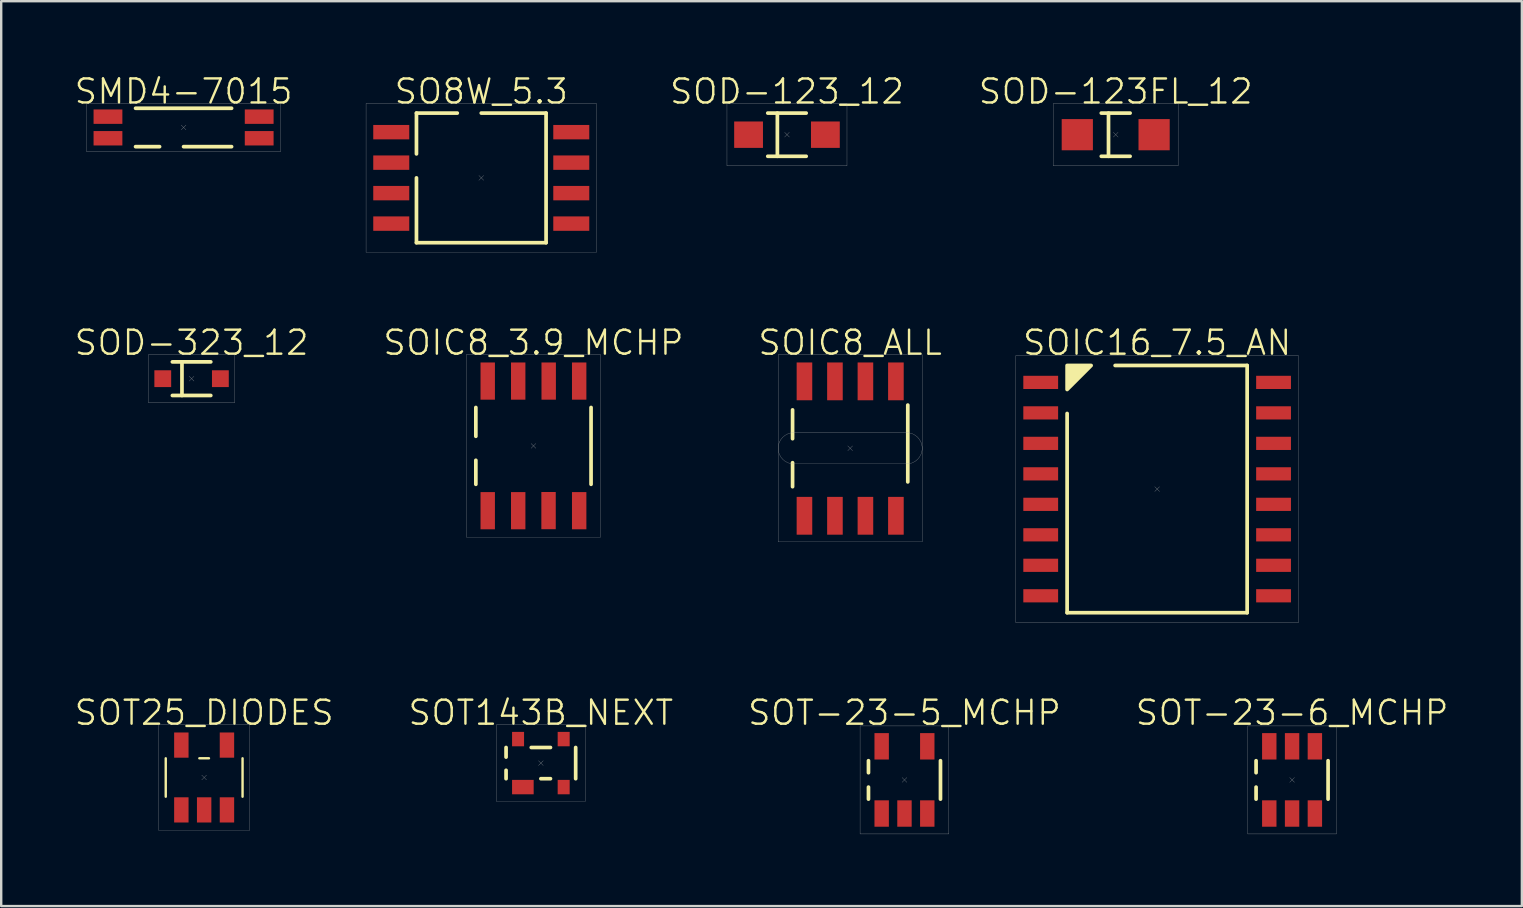
<source format=kicad_pcb>
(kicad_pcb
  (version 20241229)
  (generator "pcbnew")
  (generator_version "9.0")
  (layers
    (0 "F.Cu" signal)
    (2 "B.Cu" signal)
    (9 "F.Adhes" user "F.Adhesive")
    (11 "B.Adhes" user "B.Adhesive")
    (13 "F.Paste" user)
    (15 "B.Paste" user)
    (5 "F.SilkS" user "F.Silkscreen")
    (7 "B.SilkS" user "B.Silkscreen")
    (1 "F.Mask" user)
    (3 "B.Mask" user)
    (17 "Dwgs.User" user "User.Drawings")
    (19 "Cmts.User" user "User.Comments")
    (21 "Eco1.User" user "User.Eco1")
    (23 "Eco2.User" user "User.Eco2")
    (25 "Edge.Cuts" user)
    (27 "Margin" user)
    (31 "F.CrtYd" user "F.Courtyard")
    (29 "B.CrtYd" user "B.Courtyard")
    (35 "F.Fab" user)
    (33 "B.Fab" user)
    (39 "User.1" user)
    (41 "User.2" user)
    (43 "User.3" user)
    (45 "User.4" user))
  (footprint "SOD-123FL_12"
    (layer "F.Cu")
    (at 43.431 2.561)
    (property "Reference" "SOD-123FL_12" (at 0 -1.8 0) (unlocked yes) (layer "F.SilkS") (effects (font (size 1 1) (thickness 0.1))))
    (attr smd)
    (fp_line (start -0.6 -0.9) (end 0.6 -0.9) (stroke (width 0.154) (type default)) (layer "F.SilkS"))
    (fp_line (start -0.6 0.9) (end 0.6 0.9) (stroke (width 0.154) (type default)) (layer "F.SilkS"))
    (fp_line (start -0.3 -0.9) (end -0.3 0.9) (stroke (width 0.154) (type default)) (layer "F.SilkS"))
    (fp_line (start -0.1 -0.1) (end 0.1 0.1) (stroke (width 0.01) (type default)) (layer "F.Fab"))
    (fp_line (start 0.1 -0.1) (end -0.1 0.1) (stroke (width 0.01) (type default)) (layer "F.Fab"))
    (fp_rect (start -2.6 -1.3) (end 2.6 1.3) (stroke (width 0.01) (type default)) (fill no) (layer "F.Fab"))
    (pad "1" smd rect (at 1.6 0) (size 1.3 1.3) (layers "F.Cu" "F.Mask" "F.Paste"))
    (pad "2" smd rect (at -1.6 0) (size 1.3 1.3) (layers "F.Cu" "F.Mask" "F.Paste")))
  (footprint "SOIC8_ALL"
    (layer "F.Cu")
    (at 32.369 15.626)
    (property "Reference" "SOIC8_ALL" (at 0 -4.4 0) (unlocked yes) (layer "F.SilkS") (effects (font (size 1 1) (thickness 0.1))))
    (attr smd)
    (fp_line (start -2.4 -0.4) (end -2.4 -1.6) (stroke (width 0.154) (type default)) (layer "F.SilkS"))
    (fp_line (start -2.4 1.6) (end -2.4 0.6) (stroke (width 0.154) (type default)) (layer "F.SilkS"))
    (fp_line (start 2.4 1.4) (end 2.4 -1.8) (stroke (width 0.154) (type default)) (layer "F.SilkS"))
    (fp_line (start -0.1 -0.1) (end 0.1 0.1) (stroke (width 0.01) (type default)) (layer "F.Fab"))
    (fp_line (start 0.1 -0.1) (end -0.1 0.1) (stroke (width 0.01) (type default)) (layer "F.Fab"))
    (fp_line (start 2.35 -0.65) (end -2.35 -0.65) (stroke (width 0.01) (type default)) (layer "F.Fab"))
    (fp_line (start 2.35 0.65) (end -2.35 0.65) (stroke (width 0.01) (type default)) (layer "F.Fab"))
    (fp_rect (start -3 -3.9) (end 3 3.9) (stroke (width 0.01) (type default)) (fill no) (layer "F.Fab"))
    (fp_arc (start -2.35 0.65) (mid -3 0) (end -2.35 -0.65) (stroke (width 0.01) (type default)) (layer "F.Fab"))
    (fp_arc (start 2.35 -0.65) (mid 3 0) (end 2.35 0.65) (stroke (width 0.01) (type default)) (layer "F.Fab"))
    (pad "1" smd rect (at -1.905 2.812) (size 0.65 1.575) (layers "F.Cu" "F.Mask" "F.Paste"))
    (pad "2" smd rect (at -0.635 2.812) (size 0.65 1.575) (layers "F.Cu" "F.Mask" "F.Paste"))
    (pad "3" smd rect (at 0.635 2.812) (size 0.65 1.575) (layers "F.Cu" "F.Mask" "F.Paste"))
    (pad "4" smd rect (at 1.905 2.812) (size 0.65 1.575) (layers "F.Cu" "F.Mask" "F.Paste"))
    (pad "5" smd rect (at 1.905 -2.788) (size 0.65 1.575) (layers "F.Cu" "F.Mask" "F.Paste"))
    (pad "6" smd rect (at 0.635 -2.788) (size 0.65 1.575) (layers "F.Cu" "F.Mask" "F.Paste"))
    (pad "7" smd rect (at -0.635 -2.788) (size 0.65 1.575) (layers "F.Cu" "F.Mask" "F.Paste"))
    (pad "8" smd rect (at -1.905 -2.788) (size 0.65 1.575) (layers "F.Cu" "F.Mask" "F.Paste")))
  (footprint "SOIC8_3.9_MCHP"
    (layer "F.Cu")
    (at 19.174 15.526)
    (property "Reference" "SOIC8_3.9_MCHP" (at 0 -4.3 0) (unlocked yes) (layer "F.SilkS") (effects (font (size 1 1) (thickness 0.1))))
    (attr smd)
    (fp_line (start -2.4 -0.4) (end -2.4 -1.6) (stroke (width 0.154) (type default)) (layer "F.SilkS"))
    (fp_line (start -2.4 1.6) (end -2.4 0.6) (stroke (width 0.154) (type default)) (layer "F.SilkS"))
    (fp_line (start 2.4 1.6) (end 2.4 -1.6) (stroke (width 0.154) (type default)) (layer "F.SilkS"))
    (fp_line (start -0.1 -0.1) (end 0.1 0.1) (stroke (width 0.01) (type default)) (layer "F.Fab"))
    (fp_line (start 0.1 -0.1) (end -0.1 0.1) (stroke (width 0.01) (type default)) (layer "F.Fab"))
    (fp_rect (start -2.8 -3.8) (end 2.8 3.8) (stroke (width 0.01) (type default)) (fill no) (layer "F.Fab"))
    (pad "1" smd rect (at -1.905 2.7) (size 0.6 1.55) (layers "F.Cu" "F.Mask" "F.Paste"))
    (pad "2" smd rect (at -0.635 2.7) (size 0.6 1.55) (layers "F.Cu" "F.Mask" "F.Paste"))
    (pad "3" smd rect (at 0.629 2.696) (size 0.6 1.55) (layers "F.Cu" "F.Mask" "F.Paste"))
    (pad "4" smd rect (at 1.905 2.7) (size 0.6 1.55) (layers "F.Cu" "F.Mask" "F.Paste"))
    (pad "5" smd rect (at 1.905 -2.7) (size 0.6 1.55) (layers "F.Cu" "F.Mask" "F.Paste"))
    (pad "6" smd rect (at 0.635 -2.7) (size 0.6 1.55) (layers "F.Cu" "F.Mask" "F.Paste"))
    (pad "7" smd rect (at -0.635 -2.7) (size 0.6 1.55) (layers "F.Cu" "F.Mask" "F.Paste"))
    (pad "8" smd rect (at -1.905 -2.7) (size 0.6 1.55) (layers "F.Cu" "F.Mask" "F.Paste")))
  (footprint "SOD-123_12"
    (layer "F.Cu")
    (at 29.736 2.561)
    (property "Reference" "SOD-123_12" (at 0 -1.8 0) (unlocked yes) (layer "F.SilkS") (effects (font (size 1 1) (thickness 0.1))))
    (attr smd)
    (fp_line (start -0.8 -0.9) (end 0.8 -0.9) (stroke (width 0.154) (type default)) (layer "F.SilkS"))
    (fp_line (start -0.8 0.9) (end 0.8 0.9) (stroke (width 0.154) (type default)) (layer "F.SilkS"))
    (fp_line (start -0.4 -0.9) (end -0.4 0.9) (stroke (width 0.154) (type default)) (layer "F.SilkS"))
    (fp_line (start -0.1 -0.1) (end 0.1 0.1) (stroke (width 0.01) (type default)) (layer "F.Fab"))
    (fp_line (start 0.1 -0.1) (end -0.1 0.1) (stroke (width 0.01) (type default)) (layer "F.Fab"))
    (fp_rect (start -2.5 -1.3) (end 2.5 1.3) (stroke (width 0.01) (type default)) (fill no) (layer "F.Fab"))
    (pad "1" smd rect (at 1.6 0) (size 1.2 1.1) (layers "F.Cu" "F.Mask" "F.Paste"))
    (pad "2" smd rect (at -1.6 0) (size 1.2 1.1) (layers "F.Cu" "F.Mask" "F.Paste")))
  (footprint "SMD4-7015"
    (layer "F.Cu")
    (at 4.598 2.26)
    (property "Reference" "SMD4-7015" (at 0 -1.5 0) (unlocked yes) (layer "F.SilkS") (effects (font (size 1 1) (thickness 0.1))))
    (attr smd)
    (fp_line (start -2 0.8) (end -1 0.8) (stroke (width 0.154) (type default)) (layer "F.SilkS"))
    (fp_line (start 0 0.8) (end 2 0.8) (stroke (width 0.154) (type default)) (layer "F.SilkS"))
    (fp_line (start 2 -0.8) (end -2 -0.8) (stroke (width 0.154) (type default)) (layer "F.SilkS"))
    (fp_line (start -0.1 -0.1) (end 0.1 0.1) (stroke (width 0.01) (type default)) (layer "F.Fab"))
    (fp_line (start 0.1 -0.1) (end -0.1 0.1) (stroke (width 0.01) (type default)) (layer "F.Fab"))
    (fp_rect (start -4.05 -1) (end 4.05 1) (stroke (width 0.01) (type default)) (fill no) (layer "F.Fab"))
    (pad "1" smd rect (at -3.15 0.45) (size 1.2 0.6) (layers "F.Cu" "F.Mask" "F.Paste"))
    (pad "2" smd rect (at 3.15 0.45) (size 1.2 0.6) (layers "F.Cu" "F.Mask" "F.Paste"))
    (pad "3" smd rect (at 3.15 -0.45) (size 1.2 0.6) (layers "F.Cu" "F.Mask" "F.Paste"))
    (pad "4" smd rect (at -3.15 -0.45) (size 1.2 0.6) (layers "F.Cu" "F.Mask" "F.Paste")))
  (footprint "SOD-323_12"
    (layer "F.Cu")
    (at 4.931 12.726)
    (property "Reference" "SOD-323_12" (at 0 -1.5 0) (unlocked yes) (layer "F.SilkS") (effects (font (size 1 1) (thickness 0.1))))
    (attr smd)
    (fp_line (start -0.8 -0.7) (end 0.8 -0.7) (stroke (width 0.154) (type default)) (layer "F.SilkS"))
    (fp_line (start -0.8 0.7) (end 0.8 0.7) (stroke (width 0.154) (type default)) (layer "F.SilkS"))
    (fp_line (start -0.4 -0.7) (end -0.4 0.7) (stroke (width 0.154) (type default)) (layer "F.SilkS"))
    (fp_line (start -0.1 -0.1) (end 0.1 0.1) (stroke (width 0.01) (type default)) (layer "F.Fab"))
    (fp_line (start 0.1 -0.1) (end -0.1 0.1) (stroke (width 0.01) (type default)) (layer "F.Fab"))
    (fp_rect (start -1.8 -1) (end 1.8 1) (stroke (width 0.01) (type default)) (fill no) (layer "F.Fab"))
    (pad "1" smd rect (at 1.2 0) (size 0.7 0.7) (layers "F.Cu" "F.Mask" "F.Paste"))
    (pad "2" smd rect (at -1.2 0) (size 0.7 0.7) (layers "F.Cu" "F.Mask" "F.Paste")))
  (footprint "SOIC16_7.5_AN"
    (layer "F.Cu")
    (at 45.157 17.326)
    (property "Reference" "SOIC16_7.5_AN" (at 0 -6.1 0) (unlocked yes) (layer "F.SilkS") (effects (font (size 1 1) (thickness 0.1))))
    (attr smd)
    (fp_line (start -3.75 5.15) (end -3.75 -3.15) (stroke (width 0.154) (type default)) (layer "F.SilkS"))
    (fp_line (start -3.75 5.15) (end 3.75 5.15) (stroke (width 0.154) (type default)) (layer "F.SilkS"))
    (fp_line (start 3.75 -5.15) (end -1.75 -5.15) (stroke (width 0.154) (type default)) (layer "F.SilkS"))
    (fp_line (start 3.75 5.15) (end 3.75 -5.15) (stroke (width 0.154) (type default)) (layer "F.SilkS"))
    (fp_poly (pts (xy -3.75 -5.15) (xy -3.75 -4.15) (xy -2.75 -5.15)) (stroke (width 0.154) (type solid)) (fill yes) (layer "F.SilkS"))
    (fp_line (start -0.1 -0.1) (end 0.1 0.1) (stroke (width 0.01) (type default)) (layer "F.Fab"))
    (fp_line (start 0.1 -0.1) (end -0.1 0.1) (stroke (width 0.01) (type default)) (layer "F.Fab"))
    (fp_rect (start -5.9 -5.55) (end 5.9 5.55) (stroke (width 0.01) (type default)) (fill no) (layer "F.Fab"))
    (pad "1" smd rect (at -4.85 -4.445 90) (size 0.55 1.45) (layers "F.Cu" "F.Mask" "F.Paste"))
    (pad "2" smd rect (at -4.85 -3.175 90) (size 0.55 1.45) (layers "F.Cu" "F.Mask" "F.Paste"))
    (pad "3" smd rect (at -4.85 -1.905 90) (size 0.55 1.45) (layers "F.Cu" "F.Mask" "F.Paste"))
    (pad "4" smd rect (at -4.85 -0.635 90) (size 0.55 1.45) (layers "F.Cu" "F.Mask" "F.Paste"))
    (pad "5" smd rect (at -4.85 0.635 90) (size 0.55 1.45) (layers "F.Cu" "F.Mask" "F.Paste"))
    (pad "6" smd rect (at -4.85 1.905 90) (size 0.55 1.45) (layers "F.Cu" "F.Mask" "F.Paste"))
    (pad "7" smd rect (at -4.85 3.175 90) (size 0.55 1.45) (layers "F.Cu" "F.Mask" "F.Paste"))
    (pad "8" smd rect (at -4.85 4.445 90) (size 0.55 1.45) (layers "F.Cu" "F.Mask" "F.Paste"))
    (pad "9" smd rect (at 4.85 4.445 90) (size 0.55 1.45) (layers "F.Cu" "F.Mask" "F.Paste"))
    (pad "10" smd rect (at 4.85 3.175 90) (size 0.55 1.45) (layers "F.Cu" "F.Mask" "F.Paste"))
    (pad "11" smd rect (at 4.85 1.905 90) (size 0.55 1.45) (layers "F.Cu" "F.Mask" "F.Paste"))
    (pad "12" smd rect (at 4.85 0.635 90) (size 0.55 1.45) (layers "F.Cu" "F.Mask" "F.Paste"))
    (pad "13" smd rect (at 4.85 -0.635 90) (size 0.55 1.45) (layers "F.Cu" "F.Mask" "F.Paste"))
    (pad "14" smd rect (at 4.85 -1.905 90) (size 0.55 1.45) (layers "F.Cu" "F.Mask" "F.Paste"))
    (pad "15" smd rect (at 4.85 -3.175 90) (size 0.55 1.45) (layers "F.Cu" "F.Mask" "F.Paste"))
    (pad "16" smd rect (at 4.85 -4.445 90) (size 0.55 1.45) (layers "F.Cu" "F.Mask" "F.Paste")))
  (footprint "SOT143B_NEXT"
    (layer "F.Cu")
    (at 19.483 28.741)
    (property "Reference" "SOT143B_NEXT" (at 0 -2.1 0) (unlocked yes) (layer "F.SilkS") (effects (font (size 1 1) (thickness 0.1))))
    (attr smd)
    (fp_line (start -1.45 -0.25) (end -1.45 -0.65) (stroke (width 0.154) (type default)) (layer "F.SilkS"))
    (fp_line (start -1.45 0.65) (end -1.45 0.3) (stroke (width 0.154) (type default)) (layer "F.SilkS"))
    (fp_line (start -0.4 -0.65) (end 0.4 -0.65) (stroke (width 0.154) (type default)) (layer "F.SilkS"))
    (fp_line (start 0 0.65) (end 0.4 0.65) (stroke (width 0.154) (type default)) (layer "F.SilkS"))
    (fp_line (start 1.45 -0.65) (end 1.45 0.65) (stroke (width 0.154) (type default)) (layer "F.SilkS"))
    (fp_line (start -0.1 -0.1) (end 0.1 0.1) (stroke (width 0.01) (type default)) (layer "F.Fab"))
    (fp_line (start 0.1 -0.1) (end -0.1 0.1) (stroke (width 0.01) (type default)) (layer "F.Fab"))
    (fp_rect (start -1.85 -1.6) (end 1.85 1.6) (stroke (width 0.01) (type default)) (fill no) (layer "F.Fab"))
    (pad "1" smd rect (at -0.75 1) (size 0.9 0.6) (layers "F.Cu" "F.Mask" "F.Paste"))
    (pad "2" smd rect (at 0.95 1) (size 0.5 0.6) (layers "F.Cu" "F.Mask" "F.Paste"))
    (pad "3" smd rect (at 0.95 -1) (size 0.5 0.6) (layers "F.Cu" "F.Mask" "F.Paste"))
    (pad "4" smd rect (at -0.95 -1) (size 0.5 0.6) (layers "F.Cu" "F.Mask" "F.Paste")))
  (footprint "SOT-23-5_MCHP"
    (layer "F.Cu")
    (at 34.631 29.442)
    (property "Reference" "SOT-23-5_MCHP" (at 0 -2.8 0) (unlocked yes) (layer "F.SilkS") (effects (font (size 1 1) (thickness 0.1))))
    (attr smd)
    (fp_line (start -1.5 -0.8) (end -1.5 -0.3) (stroke (width 0.154) (type default)) (layer "F.SilkS"))
    (fp_line (start -1.5 0.8) (end -1.5 0.3) (stroke (width 0.154) (type default)) (layer "F.SilkS"))
    (fp_line (start 1.5 -0.8) (end 1.5 0.8) (stroke (width 0.154) (type default)) (layer "F.SilkS"))
    (fp_line (start -0.1 -0.1) (end 0.1 0.1) (stroke (width 0.01) (type default)) (layer "F.Fab"))
    (fp_line (start 0.1 -0.1) (end -0.1 0.1) (stroke (width 0.01) (type default)) (layer "F.Fab"))
    (fp_rect (start -1.85 -2.25) (end 1.85 2.25) (stroke (width 0.01) (type default)) (fill no) (layer "F.Fab"))
    (pad "1" smd rect (at -0.95 1.4) (size 0.6 1.1) (layers "F.Cu" "F.Mask" "F.Paste"))
    (pad "2" smd rect (at 0 1.4) (size 0.6 1.1) (layers "F.Cu" "F.Mask" "F.Paste"))
    (pad "3" smd rect (at 0.95 1.4) (size 0.6 1.1) (layers "F.Cu" "F.Mask" "F.Paste"))
    (pad "4" smd rect (at 0.95 -1.4) (size 0.6 1.1) (layers "F.Cu" "F.Mask" "F.Paste"))
    (pad "5" smd rect (at -0.95 -1.4) (size 0.6 1.1) (layers "F.Cu" "F.Mask" "F.Paste")))
  (footprint "SOT-23-6_MCHP"
    (layer "F.Cu")
    (at 50.779 29.442)
    (property "Reference" "SOT-23-6_MCHP" (at 0 -2.8 0) (unlocked yes) (layer "F.SilkS") (effects (font (size 1 1) (thickness 0.1))))
    (attr smd)
    (fp_line (start -1.5 -0.8) (end -1.5 -0.3) (stroke (width 0.154) (type default)) (layer "F.SilkS"))
    (fp_line (start -1.5 0.8) (end -1.5 0.3) (stroke (width 0.154) (type default)) (layer "F.SilkS"))
    (fp_line (start 1.5 -0.8) (end 1.5 0.8) (stroke (width 0.154) (type default)) (layer "F.SilkS"))
    (fp_line (start -0.1 -0.1) (end 0.1 0.1) (stroke (width 0.01) (type default)) (layer "F.Fab"))
    (fp_line (start 0.1 -0.1) (end -0.1 0.1) (stroke (width 0.01) (type default)) (layer "F.Fab"))
    (fp_rect (start -1.85 -2.25) (end 1.85 2.25) (stroke (width 0.01) (type default)) (fill no) (layer "F.Fab"))
    (pad "1" smd rect (at -0.95 1.4) (size 0.6 1.1) (layers "F.Cu" "F.Mask" "F.Paste"))
    (pad "2" smd rect (at 0 1.4) (size 0.6 1.1) (layers "F.Cu" "F.Mask" "F.Paste"))
    (pad "3" smd rect (at 0.95 1.4) (size 0.6 1.1) (layers "F.Cu" "F.Mask" "F.Paste"))
    (pad "4" smd rect (at 0.95 -1.4) (size 0.6 1.1) (layers "F.Cu" "F.Mask" "F.Paste"))
    (pad "5" smd rect (at 0 -1.4) (size 0.6 1.1) (layers "F.Cu" "F.Mask" "F.Paste"))
    (pad "6" smd rect (at -0.95 -1.4) (size 0.6 1.1) (layers "F.Cu" "F.Mask" "F.Paste")))
  (footprint "SO8W_5.3"
    (layer "F.Cu")
    (at 17 4.361)
    (property "Reference" "SO8W_5.3" (at 0 -3.6 0) (unlocked yes) (layer "F.SilkS") (effects (font (size 1 1) (thickness 0.1))))
    (attr smd)
    (fp_line (start -2.7 -2.7) (end -1 -2.7) (stroke (width 0.154) (type default)) (layer "F.SilkS"))
    (fp_line (start -2.7 -1) (end -2.7 -2.7) (stroke (width 0.154) (type default)) (layer "F.SilkS"))
    (fp_line (start -2.7 2.7) (end -2.7 0) (stroke (width 0.154) (type default)) (layer "F.SilkS"))
    (fp_line (start -2.7 2.7) (end 2.7 2.7) (stroke (width 0.154) (type default)) (layer "F.SilkS"))
    (fp_line (start 2.7 -2.7) (end 0 -2.7) (stroke (width 0.154) (type default)) (layer "F.SilkS"))
    (fp_line (start 2.7 -2.7) (end 2.7 2.7) (stroke (width 0.154) (type default)) (layer "F.SilkS"))
    (fp_line (start -0.1 -0.1) (end 0.1 0.1) (stroke (width 0.01) (type default)) (layer "F.Fab"))
    (fp_line (start 0.1 -0.1) (end -0.1 0.1) (stroke (width 0.01) (type default)) (layer "F.Fab"))
    (fp_rect (start -4.8 -3.1) (end 4.8 3.1) (stroke (width 0.01) (type default)) (fill no) (layer "F.Fab"))
    (pad "1" smd rect (at -3.75 -1.905) (size 1.5 0.6) (layers "F.Cu" "F.Mask" "F.Paste"))
    (pad "2" smd rect (at -3.75 -0.635) (size 1.5 0.6) (layers "F.Cu" "F.Mask" "F.Paste"))
    (pad "3" smd rect (at -3.75 0.635) (size 1.5 0.6) (layers "F.Cu" "F.Mask" "F.Paste"))
    (pad "4" smd rect (at -3.75 1.905) (size 1.5 0.6) (layers "F.Cu" "F.Mask" "F.Paste"))
    (pad "5" smd rect (at 3.75 1.905) (size 1.5 0.6) (layers "F.Cu" "F.Mask" "F.Paste"))
    (pad "6" smd rect (at 3.75 0.635) (size 1.5 0.6) (layers "F.Cu" "F.Mask" "F.Paste"))
    (pad "7" smd rect (at 3.75 -0.635) (size 1.5 0.6) (layers "F.Cu" "F.Mask" "F.Paste"))
    (pad "8" smd rect (at 3.75 -1.905) (size 1.5 0.6) (layers "F.Cu" "F.Mask" "F.Paste")))
  (footprint "SOT25_DIODES"
    (layer "F.Cu")
    (at 5.455 29.341)
    (property "Reference" "SOT25_DIODES" (at 0 -2.7 0) (unlocked yes) (layer "F.SilkS") (effects (font (size 1 1) (thickness 0.1))))
    (attr smd)
    (fp_line (start -1.6 -0.8) (end -1.6 0.8) (stroke (width 0.1) (type default)) (layer "F.SilkS"))
    (fp_line (start -0.2 -0.8) (end 0.2 -0.8) (stroke (width 0.1) (type default)) (layer "F.SilkS"))
    (fp_line (start 1.6 -0.8) (end 1.6 0.8) (stroke (width 0.1) (type default)) (layer "F.SilkS"))
    (fp_line (start -0.1 -0.1) (end 0.1 0.1) (stroke (width 0.01) (type default)) (layer "F.Fab"))
    (fp_line (start 0.1 -0.1) (end -0.1 0.1) (stroke (width 0.01) (type default)) (layer "F.Fab"))
    (fp_rect (start -1.9 -2.2) (end 1.9 2.2) (stroke (width 0.01) (type default)) (fill no) (layer "F.Fab"))
    (pad "1" smd rect (at -0.95 1.35) (size 0.6 1.05) (layers "F.Cu" "F.Mask" "F.Paste"))
    (pad "2" smd rect (at 0 1.35) (size 0.6 1.05) (layers "F.Cu" "F.Mask" "F.Paste"))
    (pad "3" smd rect (at 0.95 1.35) (size 0.6 1.05) (layers "F.Cu" "F.Mask" "F.Paste"))
    (pad "4" smd rect (at 0.95 -1.35) (size 0.6 1.05) (layers "F.Cu" "F.Mask" "F.Paste"))
    (pad "5" smd rect (at -0.95 -1.35) (size 0.6 1.05) (layers "F.Cu" "F.Mask" "F.Paste")))
  (gr_rect
    (start -3 -3)
    (end 60.352 34.697)
    (stroke (width 0.1) (type default))
    (fill no)
    (layer "Edge.Cuts")))
</source>
